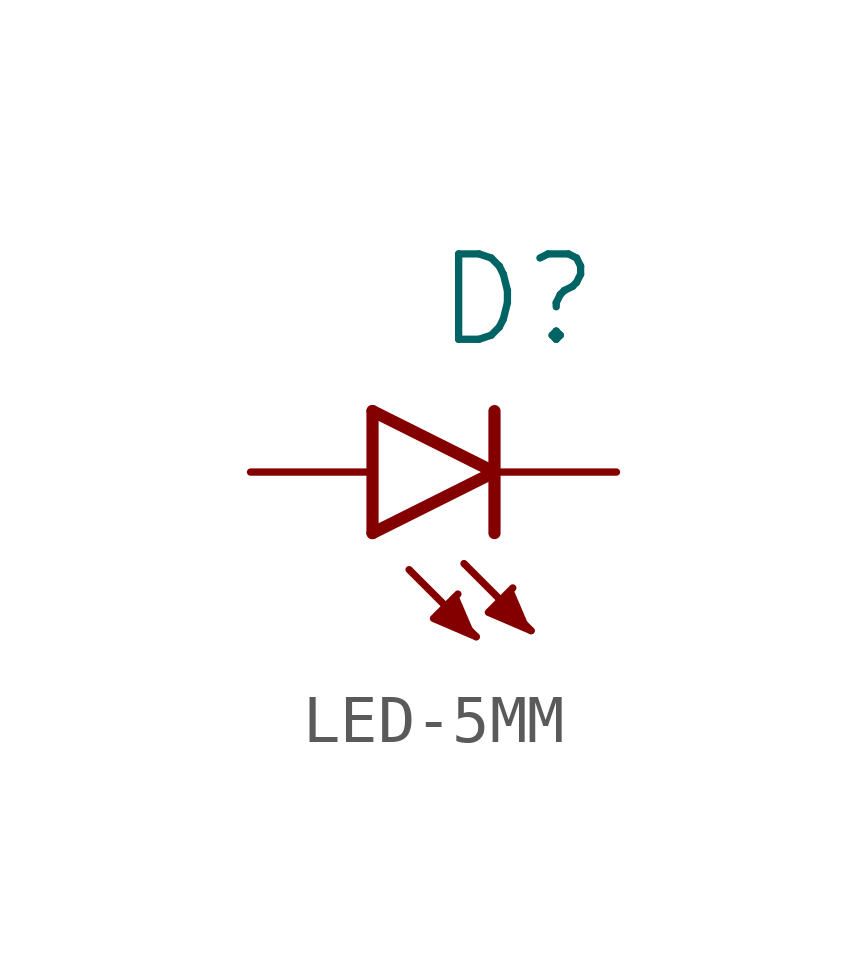
<source format=kicad_sym>
(kicad_symbol_lib
  (version 20220914)
  (generator kicad_symbol_editor)
  (symbol "LED-5MM"
    (pin_numbers hide)
    (pin_names hide)
    (property "Reference" "D"
      (at -1.27 2.54 0)
      (effects (font (size 1.778 1.778)) (justify left bottom)))
    (symbol "LED-5MM_1_0"
      (polyline (pts (xy -2.54 1.27) (xy -2.54 -1.27)) (stroke (width 0.254) (type solid)) (fill (type none)))
      (polyline (pts (xy -2.54 1.27) (xy 0 0)) (stroke (width 0.254) (type solid)) (fill (type none)))
      (polyline (pts (xy -1.778 -2.032) (xy -0.381 -3.429)) (stroke (width 0.152) (type solid)) (fill (type none)))
      (polyline (pts (xy -0.635 -1.905) (xy 0.762 -3.302)) (stroke (width 0.152) (type solid)) (fill (type none)))
      (polyline (pts (xy 0 0) (xy -2.54 -1.27)) (stroke (width 0.254) (type solid)) (fill (type none)))
      (polyline (pts (xy 0 0) (xy 0 -1.27)) (stroke (width 0.254) (type solid)) (fill (type none)))
      (polyline (pts (xy 0 1.27) (xy 0 0)) (stroke (width 0.254) (type solid)) (fill (type none)))
      (polyline (pts (xy -0.381 -3.429) (xy -1.27 -3.048) (xy -0.762 -2.54)) (stroke (width 0.152) (type solid)) (fill (type outline)))
      (polyline (pts (xy 0.762 -3.302) (xy -0.127 -2.921) (xy 0.381 -2.413)) (stroke (width 0.152) (type solid)) (fill (type outline)))
      (pin passive line (at -5.08 0 0) (length 2.54) (name "A" (effects (font (size 0 0)))) (number "A" (effects (font (size 0 0)))))
      (pin passive line (at 2.54 0 180) (length 2.54) (name "C" (effects (font (size 0 0)))) (number "K" (effects (font (size 0 0))))))))
</source>
